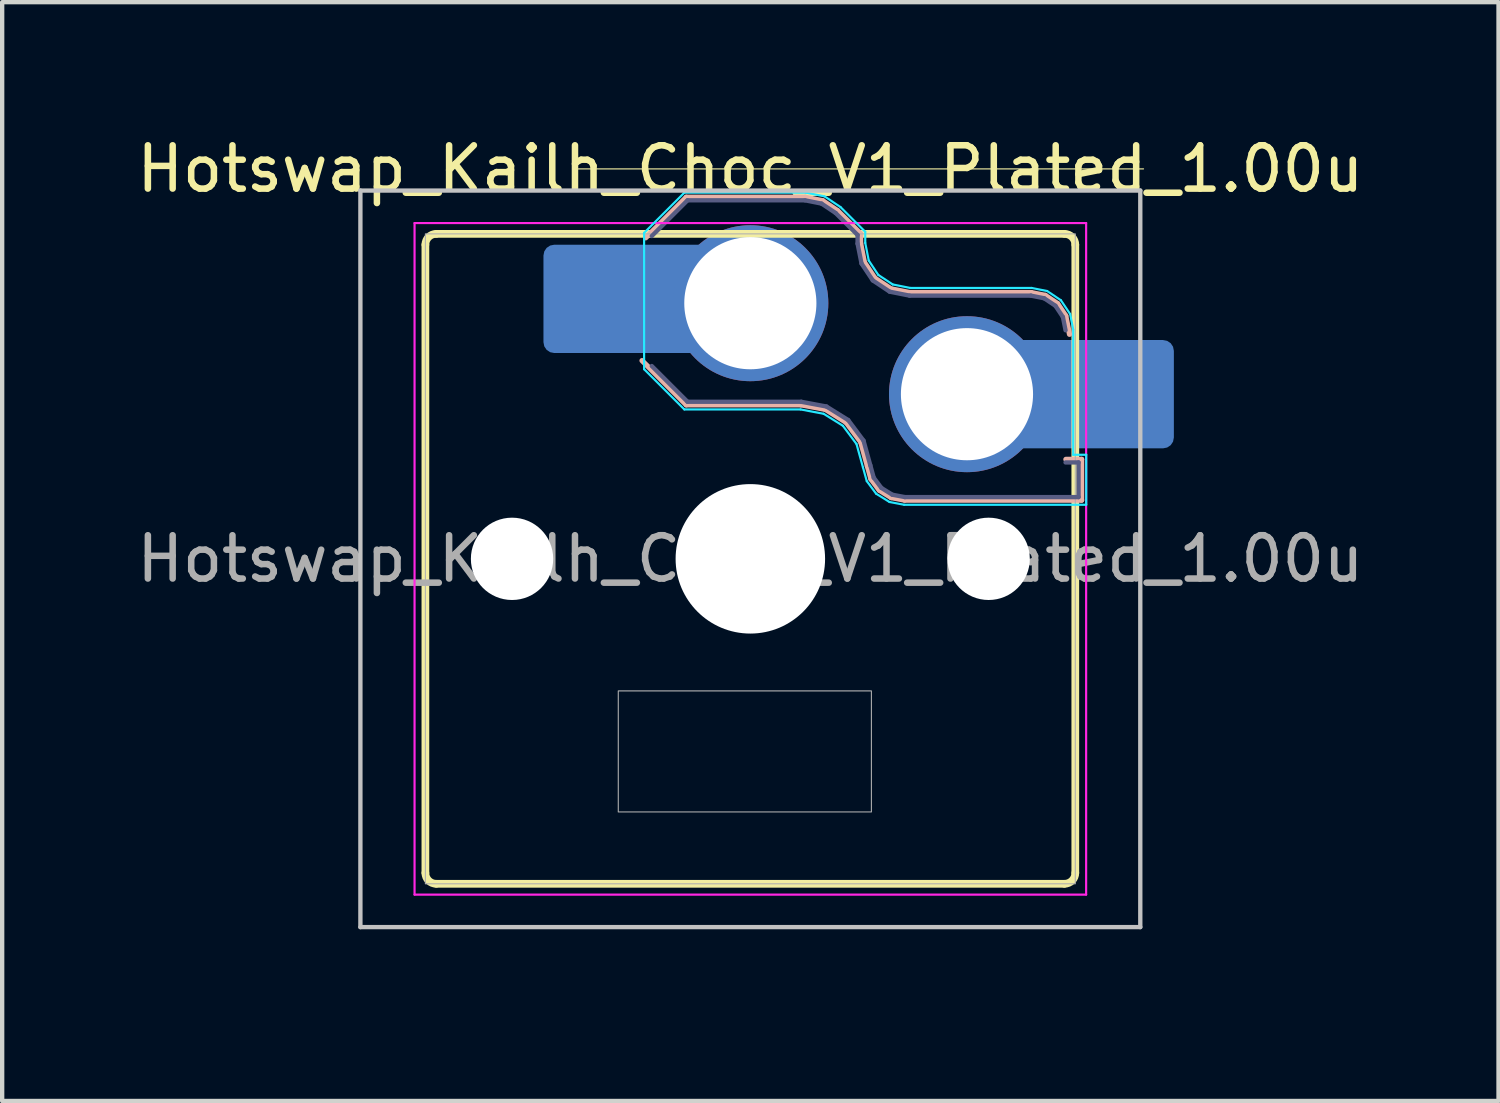
<source format=kicad_pcb>
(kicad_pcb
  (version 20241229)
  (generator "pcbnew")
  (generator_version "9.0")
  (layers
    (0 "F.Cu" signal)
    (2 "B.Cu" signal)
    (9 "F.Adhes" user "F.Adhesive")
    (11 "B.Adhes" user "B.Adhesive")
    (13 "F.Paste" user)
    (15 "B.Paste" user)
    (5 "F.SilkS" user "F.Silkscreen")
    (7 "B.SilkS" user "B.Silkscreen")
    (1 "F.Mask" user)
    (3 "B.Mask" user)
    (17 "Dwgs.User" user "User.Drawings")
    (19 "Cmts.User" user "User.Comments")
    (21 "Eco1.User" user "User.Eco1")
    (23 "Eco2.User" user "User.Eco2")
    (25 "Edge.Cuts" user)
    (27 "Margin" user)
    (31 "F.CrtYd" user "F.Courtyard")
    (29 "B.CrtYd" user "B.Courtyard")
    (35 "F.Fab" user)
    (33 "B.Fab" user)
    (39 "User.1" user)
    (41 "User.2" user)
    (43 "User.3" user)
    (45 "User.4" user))
  (footprint "Hotswap_Kailh_Choc_V1_Plated_1.00u"
    (layer "F.Cu")
    (at 14.268 9.848)
    (property "Reference" "Hotswap_Kailh_Choc_V1_Plated_1.00u" (at 0 -9 0) (layer "F.SilkS") (effects (font (size 1 1) (thickness 0.15))))
    (attr smd)
    (fp_line (start -7.5 7.25) (end -7.5 -7.25) (stroke (width 0.178) (type default)) (layer "F.SilkS"))
    (fp_line (start -7.25 -7.5) (end 7.25 -7.5) (stroke (width 0.178) (type default)) (layer "F.SilkS"))
    (fp_line (start -4.075 -9) (end 9.075 -9) (stroke (width 0.025) (type default)) (layer "F.SilkS"))
    (fp_line (start 7.25 7.5) (end -7.25 7.5) (stroke (width 0.178) (type default)) (layer "F.SilkS"))
    (fp_line (start 7.5 -7.25) (end 7.5 7.25) (stroke (width 0.178) (type default)) (layer "F.SilkS"))
    (fp_arc (start -7.5 -7.25) (mid -7.426777 -7.426777) (end -7.25 -7.5) (stroke (width 0.1778) (type default)) (layer "F.SilkS"))
    (fp_arc (start -7.25 7.5) (mid -7.426777 7.426777) (end -7.5 7.25) (stroke (width 0.1778) (type default)) (layer "F.SilkS"))
    (fp_arc (start 7.25 -7.5) (mid 7.426777 -7.426777) (end 7.5 -7.25) (stroke (width 0.1778) (type default)) (layer "F.SilkS"))
    (fp_arc (start 7.5 7.25) (mid 7.426777 7.426777) (end 7.25 7.5) (stroke (width 0.1778) (type default)) (layer "F.SilkS"))
    (fp_line (start -2.416 -7.409) (end -1.479 -8.346) (stroke (width 0.12) (type solid)) (layer "B.SilkS"))
    (fp_line (start -1.479 -8.346) (end 1.268 -8.346) (stroke (width 0.12) (type solid)) (layer "B.SilkS"))
    (fp_line (start -1.479 -3.554) (end -2.5 -4.575) (stroke (width 0.12) (type solid)) (layer "B.SilkS"))
    (fp_line (start 1.168 -3.554) (end -1.479 -3.554) (stroke (width 0.12) (type solid)) (layer "B.SilkS"))
    (fp_line (start 1.268 -8.346) (end 1.671 -8.266) (stroke (width 0.12) (type solid)) (layer "B.SilkS"))
    (fp_line (start 1.671 -8.266) (end 2.013 -8.037) (stroke (width 0.12) (type solid)) (layer "B.SilkS"))
    (fp_line (start 1.73 -3.449) (end 1.168 -3.554) (stroke (width 0.12) (type solid)) (layer "B.SilkS"))
    (fp_line (start 2.013 -8.037) (end 2.546 -7.504) (stroke (width 0.12) (type solid)) (layer "B.SilkS"))
    (fp_line (start 2.209 -3.15) (end 1.73 -3.449) (stroke (width 0.12) (type solid)) (layer "B.SilkS"))
    (fp_line (start 2.546 -7.504) (end 2.546 -7.282) (stroke (width 0.12) (type solid)) (layer "B.SilkS"))
    (fp_line (start 2.546 -7.282) (end 2.633 -6.844) (stroke (width 0.12) (type solid)) (layer "B.SilkS"))
    (fp_line (start 2.547 -2.697) (end 2.209 -3.15) (stroke (width 0.12) (type solid)) (layer "B.SilkS"))
    (fp_line (start 2.633 -6.844) (end 2.877 -6.477) (stroke (width 0.12) (type solid)) (layer "B.SilkS"))
    (fp_line (start 2.701 -2.139) (end 2.547 -2.697) (stroke (width 0.12) (type solid)) (layer "B.SilkS"))
    (fp_line (start 2.783 -1.841) (end 2.701 -2.139) (stroke (width 0.12) (type solid)) (layer "B.SilkS"))
    (fp_line (start 2.877 -6.477) (end 3.244 -6.233) (stroke (width 0.12) (type solid)) (layer "B.SilkS"))
    (fp_line (start 2.976 -1.583) (end 2.783 -1.841) (stroke (width 0.12) (type solid)) (layer "B.SilkS"))
    (fp_line (start 3.244 -6.233) (end 3.682 -6.146) (stroke (width 0.12) (type solid)) (layer "B.SilkS"))
    (fp_line (start 3.25 -1.413) (end 2.976 -1.583) (stroke (width 0.12) (type solid)) (layer "B.SilkS"))
    (fp_line (start 3.56 -1.354) (end 3.25 -1.413) (stroke (width 0.12) (type solid)) (layer "B.SilkS"))
    (fp_line (start 3.682 -6.146) (end 6.482 -6.146) (stroke (width 0.12) (type solid)) (layer "B.SilkS"))
    (fp_line (start 6.482 -6.146) (end 6.809 -6.081) (stroke (width 0.12) (type solid)) (layer "B.SilkS"))
    (fp_line (start 6.809 -6.081) (end 7.092 -5.892) (stroke (width 0.12) (type solid)) (layer "B.SilkS"))
    (fp_line (start 7.092 -5.892) (end 7.281 -5.609) (stroke (width 0.12) (type solid)) (layer "B.SilkS"))
    (fp_line (start 7.281 -5.609) (end 7.366 -5.182) (stroke (width 0.12) (type solid)) (layer "B.SilkS"))
    (fp_line (start 7.283 -2.296) (end 7.646 -2.296) (stroke (width 0.12) (type solid)) (layer "B.SilkS"))
    (fp_line (start 7.646 -2.296) (end 7.646 -1.354) (stroke (width 0.12) (type solid)) (layer "B.SilkS"))
    (fp_line (start 7.646 -1.354) (end 3.56 -1.354) (stroke (width 0.12) (type solid)) (layer "B.SilkS"))
    (fp_line (start -9 -8.5) (end -9 8.5) (stroke (width 0.1) (type solid)) (layer "Dwgs.User"))
    (fp_line (start -9 8.5) (end 9 8.5) (stroke (width 0.1) (type solid)) (layer "Dwgs.User"))
    (fp_line (start 9 -8.5) (end -9 -8.5) (stroke (width 0.1) (type solid)) (layer "Dwgs.User"))
    (fp_line (start 9 8.5) (end 9 -8.5) (stroke (width 0.1) (type solid)) (layer "Dwgs.User"))
    (fp_rect (start -9.5 9.5) (end 9.5 -9.5) (stroke (width 0.025) (type default)) (fill no) (layer "Eco1.User"))
    (fp_rect (start -7.25 7.25) (end 7.25 -7.25) (stroke (width 0.025) (type default)) (fill no) (layer "Eco1.User"))
    (fp_line (start -2.452 -7.523) (end -1.523 -8.452) (stroke (width 0.05) (type solid)) (layer "B.CrtYd"))
    (fp_line (start -2.452 -4.377) (end -2.452 -7.523) (stroke (width 0.05) (type solid)) (layer "B.CrtYd"))
    (fp_line (start -1.523 -8.452) (end 1.278 -8.452) (stroke (width 0.05) (type solid)) (layer "B.CrtYd"))
    (fp_line (start -1.523 -3.448) (end -2.452 -4.377) (stroke (width 0.05) (type solid)) (layer "B.CrtYd"))
    (fp_line (start 1.159 -3.448) (end -1.523 -3.448) (stroke (width 0.05) (type solid)) (layer "B.CrtYd"))
    (fp_line (start 1.278 -8.452) (end 1.712 -8.366) (stroke (width 0.05) (type solid)) (layer "B.CrtYd"))
    (fp_line (start 1.691 -3.348) (end 1.159 -3.448) (stroke (width 0.05) (type solid)) (layer "B.CrtYd"))
    (fp_line (start 1.712 -8.366) (end 2.081 -8.119) (stroke (width 0.05) (type solid)) (layer "B.CrtYd"))
    (fp_line (start 2.081 -8.119) (end 2.652 -7.548) (stroke (width 0.05) (type solid)) (layer "B.CrtYd"))
    (fp_line (start 2.136 -3.071) (end 1.691 -3.348) (stroke (width 0.05) (type solid)) (layer "B.CrtYd"))
    (fp_line (start 2.45 -2.65) (end 2.136 -3.071) (stroke (width 0.05) (type solid)) (layer "B.CrtYd"))
    (fp_line (start 2.599 -2.111) (end 2.45 -2.65) (stroke (width 0.05) (type solid)) (layer "B.CrtYd"))
    (fp_line (start 2.652 -7.548) (end 2.652 -7.292) (stroke (width 0.05) (type solid)) (layer "B.CrtYd"))
    (fp_line (start 2.652 -7.292) (end 2.733 -6.885) (stroke (width 0.05) (type solid)) (layer "B.CrtYd"))
    (fp_line (start 2.687 -1.794) (end 2.599 -2.111) (stroke (width 0.05) (type solid)) (layer "B.CrtYd"))
    (fp_line (start 2.733 -6.885) (end 2.953 -6.553) (stroke (width 0.05) (type solid)) (layer "B.CrtYd"))
    (fp_line (start 2.903 -1.503) (end 2.687 -1.794) (stroke (width 0.05) (type solid)) (layer "B.CrtYd"))
    (fp_line (start 2.953 -6.553) (end 3.285 -6.333) (stroke (width 0.05) (type solid)) (layer "B.CrtYd"))
    (fp_line (start 3.211 -1.312) (end 2.903 -1.503) (stroke (width 0.05) (type solid)) (layer "B.CrtYd"))
    (fp_line (start 3.285 -6.333) (end 3.692 -6.252) (stroke (width 0.05) (type solid)) (layer "B.CrtYd"))
    (fp_line (start 3.55 -1.248) (end 3.211 -1.312) (stroke (width 0.05) (type solid)) (layer "B.CrtYd"))
    (fp_line (start 3.692 -6.252) (end 6.492 -6.252) (stroke (width 0.05) (type solid)) (layer "B.CrtYd"))
    (fp_line (start 6.492 -6.252) (end 6.85 -6.181) (stroke (width 0.05) (type solid)) (layer "B.CrtYd"))
    (fp_line (start 6.85 -6.181) (end 7.168 -5.968) (stroke (width 0.05) (type solid)) (layer "B.CrtYd"))
    (fp_line (start 7.168 -5.968) (end 7.381 -5.65) (stroke (width 0.05) (type solid)) (layer "B.CrtYd"))
    (fp_line (start 7.381 -5.65) (end 7.452 -5.292) (stroke (width 0.05) (type solid)) (layer "B.CrtYd"))
    (fp_line (start 7.452 -5.292) (end 7.452 -2.402) (stroke (width 0.05) (type solid)) (layer "B.CrtYd"))
    (fp_line (start 7.452 -2.402) (end 7.752 -2.402) (stroke (width 0.05) (type solid)) (layer "B.CrtYd"))
    (fp_line (start 7.752 -2.402) (end 7.752 -1.248) (stroke (width 0.05) (type solid)) (layer "B.CrtYd"))
    (fp_line (start 7.752 -1.248) (end 3.55 -1.248) (stroke (width 0.05) (type solid)) (layer "B.CrtYd"))
    (fp_line (start -7.75 -7.75) (end -7.75 7.75) (stroke (width 0.05) (type solid)) (layer "F.CrtYd"))
    (fp_line (start -7.75 7.75) (end 7.75 7.75) (stroke (width 0.05) (type solid)) (layer "F.CrtYd"))
    (fp_line (start 7.75 -7.75) (end -7.75 -7.75) (stroke (width 0.05) (type solid)) (layer "F.CrtYd"))
    (fp_line (start 7.75 7.75) (end 7.75 -7.75) (stroke (width 0.05) (type solid)) (layer "F.CrtYd"))
    (fp_line (start -2.275 -7.45) (end -1.45 -8.275) (stroke (width 0.1) (type solid)) (layer "B.Fab"))
    (fp_line (start -1.45 -8.275) (end 1.261 -8.275) (stroke (width 0.1) (type solid)) (layer "B.Fab"))
    (fp_line (start -1.45 -3.625) (end -2.275 -4.45) (stroke (width 0.1) (type solid)) (layer "B.Fab"))
    (fp_line (start 1.175 -3.625) (end -1.45 -3.625) (stroke (width 0.1) (type solid)) (layer "B.Fab"))
    (fp_line (start 1.261 -8.275) (end 1.643 -8.199) (stroke (width 0.1) (type solid)) (layer "B.Fab"))
    (fp_line (start 1.643 -8.199) (end 1.968 -7.982) (stroke (width 0.1) (type solid)) (layer "B.Fab"))
    (fp_line (start 1.756 -3.516) (end 1.175 -3.625) (stroke (width 0.1) (type solid)) (layer "B.Fab"))
    (fp_line (start 1.968 -7.982) (end 2.475 -7.475) (stroke (width 0.1) (type solid)) (layer "B.Fab"))
    (fp_line (start 2.258 -3.203) (end 1.756 -3.516) (stroke (width 0.1) (type solid)) (layer "B.Fab"))
    (fp_line (start 2.475 -7.475) (end 2.475 -7.275) (stroke (width 0.1) (type solid)) (layer "B.Fab"))
    (fp_line (start 2.475 -7.275) (end 2.566 -6.816) (stroke (width 0.1) (type solid)) (layer "B.Fab"))
    (fp_line (start 2.566 -6.816) (end 2.826 -6.426) (stroke (width 0.1) (type solid)) (layer "B.Fab"))
    (fp_line (start 2.612 -2.729) (end 2.258 -3.203) (stroke (width 0.1) (type solid)) (layer "B.Fab"))
    (fp_line (start 2.769 -2.158) (end 2.612 -2.729) (stroke (width 0.1) (type solid)) (layer "B.Fab"))
    (fp_line (start 2.826 -6.426) (end 3.216 -6.166) (stroke (width 0.1) (type solid)) (layer "B.Fab"))
    (fp_line (start 2.848 -1.873) (end 2.769 -2.158) (stroke (width 0.1) (type solid)) (layer "B.Fab"))
    (fp_line (start 3.025 -1.636) (end 2.848 -1.873) (stroke (width 0.1) (type solid)) (layer "B.Fab"))
    (fp_line (start 3.216 -6.166) (end 3.675 -6.075) (stroke (width 0.1) (type solid)) (layer "B.Fab"))
    (fp_line (start 3.276 -1.48) (end 3.025 -1.636) (stroke (width 0.1) (type solid)) (layer "B.Fab"))
    (fp_line (start 3.567 -1.425) (end 3.276 -1.48) (stroke (width 0.1) (type solid)) (layer "B.Fab"))
    (fp_line (start 3.675 -6.075) (end 6.475 -6.075) (stroke (width 0.1) (type solid)) (layer "B.Fab"))
    (fp_line (start 6.475 -6.075) (end 6.781 -6.014) (stroke (width 0.1) (type solid)) (layer "B.Fab"))
    (fp_line (start 6.781 -6.014) (end 7.041 -5.841) (stroke (width 0.1) (type solid)) (layer "B.Fab"))
    (fp_line (start 7.041 -5.841) (end 7.214 -5.581) (stroke (width 0.1) (type solid)) (layer "B.Fab"))
    (fp_line (start 7.214 -5.581) (end 7.275 -5.275) (stroke (width 0.1) (type solid)) (layer "B.Fab"))
    (fp_line (start 7.275 -2.225) (end 7.575 -2.225) (stroke (width 0.1) (type solid)) (layer "B.Fab"))
    (fp_line (start 7.575 -2.225) (end 7.575 -1.425) (stroke (width 0.1) (type solid)) (layer "B.Fab"))
    (fp_line (start 7.575 -1.425) (end 3.567 -1.425) (stroke (width 0.1) (type solid)) (layer "B.Fab"))
    (fp_rect (start -7.5 7.5) (end 7.5 -7.5) (stroke (width 0.025) (type default)) (fill no) (layer "F.Fab"))
    (fp_rect (start -3.048 3.048) (end 2.794 5.842) (stroke (width 0.025) (type default)) (fill no) (layer "F.Fab"))
    (fp_text user "${REFERENCE}" (at 0 0 0) (layer "F.Fab") (effects (font (size 1 1) (thickness 0.15))))
    (pad "" np_thru_hole circle (at -5.5 0) (size 1.9 1.9) (drill 1.9) (layers "*.Cu" "*.Mask"))
    (pad "" smd roundrect (at -3.5 -6) (size 2.55 2.5) (layers "B.Mask" "B.Paste") (roundrect_rratio 0.1))
    (pad "" np_thru_hole circle (at 0 0) (size 3.45 3.45) (drill 3.45) (layers "*.Cu" "*.Mask"))
    (pad "" np_thru_hole circle (at 5.5 0) (size 1.9 1.9) (drill 1.9) (layers "*.Cu" "*.Mask"))
    (pad "" smd roundrect (at 8.5 -3.8) (size 2.55 2.5) (layers "B.Mask" "B.Paste") (roundrect_rratio 0.1))
    (pad "1" smd roundrect (at -2.85 -6) (size 3.85 2.5) (layers "B.Cu") (roundrect_rratio 0.1))
    (pad "1" thru_hole circle (at 0 -5.9) (size 3.6 3.6) (drill 3.05) (layers "*.Cu" "*.Mask"))
    (pad "2" thru_hole circle (at 5 -3.8) (size 3.6 3.6) (drill 3.05) (layers "*.Cu" "*.Mask"))
    (pad "2" smd roundrect (at 7.85 -3.8) (size 3.85 2.5) (layers "B.Cu") (roundrect_rratio 0.1)))
  (gr_rect
    (start -3 -3)
    (end 31.536 22.361)
    (stroke (width 0.1) (type default))
    (fill no)
    (layer "Edge.Cuts")))
</source>
